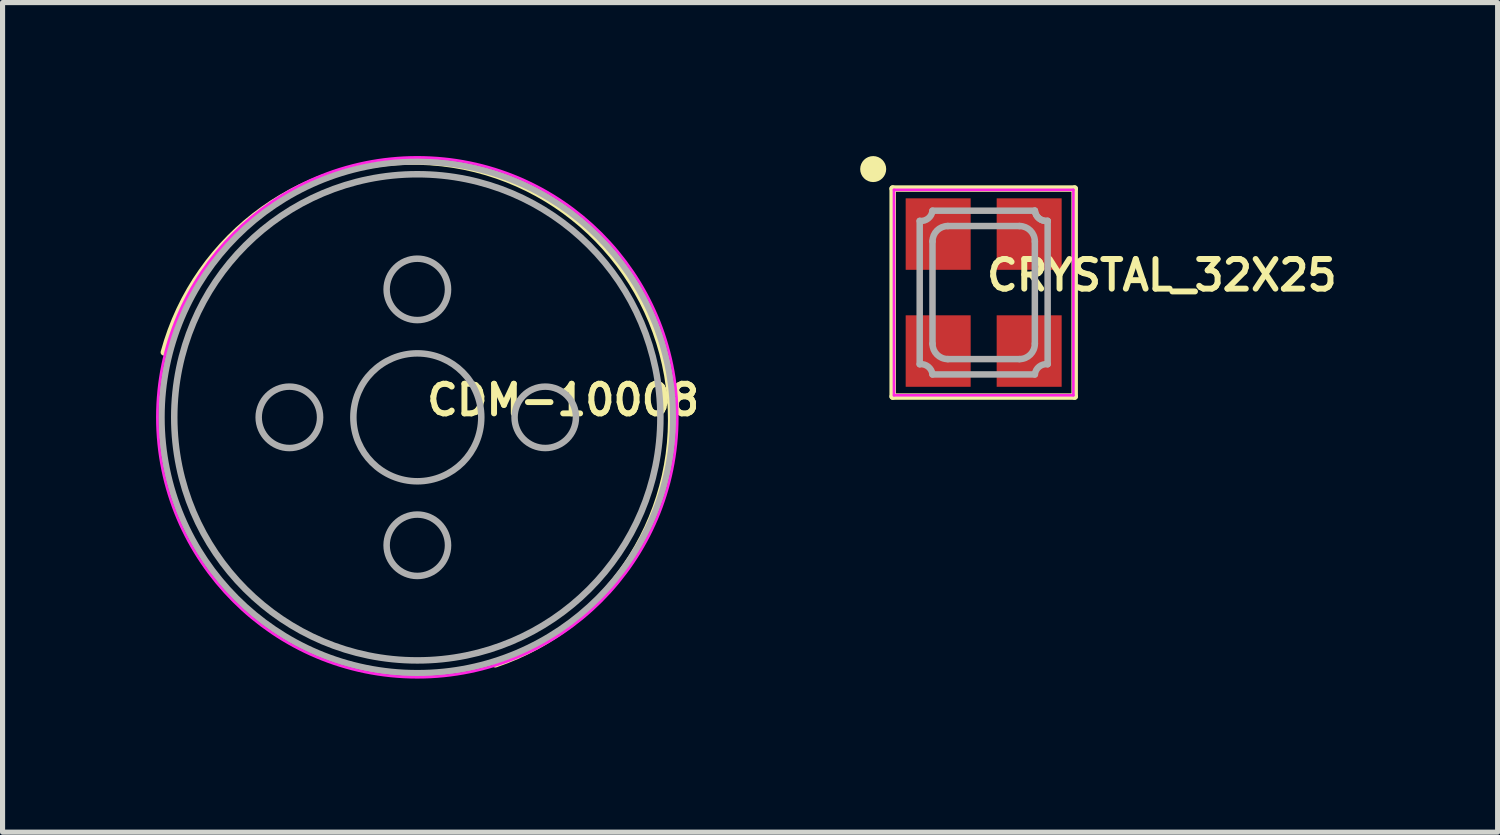
<source format=kicad_pcb>
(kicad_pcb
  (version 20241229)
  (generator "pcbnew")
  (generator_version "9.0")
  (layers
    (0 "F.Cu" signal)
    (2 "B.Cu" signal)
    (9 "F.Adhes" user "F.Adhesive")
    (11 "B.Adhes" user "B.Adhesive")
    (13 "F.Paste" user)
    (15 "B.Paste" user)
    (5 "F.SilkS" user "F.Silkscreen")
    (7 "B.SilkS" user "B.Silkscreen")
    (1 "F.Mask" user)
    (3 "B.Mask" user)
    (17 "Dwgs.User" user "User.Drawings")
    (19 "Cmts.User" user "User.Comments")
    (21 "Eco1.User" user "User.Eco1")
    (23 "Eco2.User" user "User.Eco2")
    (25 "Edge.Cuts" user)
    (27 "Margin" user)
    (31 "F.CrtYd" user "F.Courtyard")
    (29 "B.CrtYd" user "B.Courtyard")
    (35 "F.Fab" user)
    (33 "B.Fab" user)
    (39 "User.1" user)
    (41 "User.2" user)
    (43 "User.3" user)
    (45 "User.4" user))
  (footprint "CRYSTAL_32X25"
    (layer "F.Cu")
    (at 16.172 2.667)
    (property "Reference" "CRYSTAL_32X25" (at 0 0 0) (layer "F.SilkS") (effects (font (size 0.579 0.579) (thickness 0.116)) (justify left bottom)))
    (attr through_hole)
    (fp_line (start -1.778 -2.032) (end 1.778 -2.032) (stroke (width 0.127) (type solid)) (layer "F.SilkS"))
    (fp_line (start -1.778 2.032) (end -1.778 -2.032) (stroke (width 0.127) (type solid)) (layer "F.SilkS"))
    (fp_line (start 1.778 -2.032) (end 1.778 2.032) (stroke (width 0.127) (type solid)) (layer "F.SilkS"))
    (fp_line (start 1.778 2.032) (end -1.778 2.032) (stroke (width 0.127) (type solid)) (layer "F.SilkS"))
    (fp_circle (center -2.159 -2.413) (end -2.032 -2.413) (stroke (width 0.254) (type solid)) (fill no) (layer "F.SilkS"))
    (fp_line (start -1.753 -2.007) (end 1.753 -2.007) (stroke (width 0.051) (type solid)) (layer "F.CrtYd"))
    (fp_line (start -1.753 2.007) (end -1.753 -2.007) (stroke (width 0.051) (type solid)) (layer "F.CrtYd"))
    (fp_line (start 1.753 -2.007) (end 1.753 2.007) (stroke (width 0.051) (type solid)) (layer "F.CrtYd"))
    (fp_line (start 1.753 2.007) (end -1.753 2.007) (stroke (width 0.051) (type solid)) (layer "F.CrtYd"))
    (fp_line (start -1.25 -1.4) (end -1.25 1.4) (stroke (width 0.127) (type solid)) (layer "F.Fab"))
    (fp_line (start -1 -1) (end -1 1) (stroke (width 0.127) (type solid)) (layer "F.Fab"))
    (fp_line (start -1 1.6) (end 1 1.6) (stroke (width 0.127) (type solid)) (layer "F.Fab"))
    (fp_line (start -0.7 1.3) (end 0.7 1.3) (stroke (width 0.127) (type solid)) (layer "F.Fab"))
    (fp_line (start 0.7 -1.3) (end -0.7 -1.3) (stroke (width 0.127) (type solid)) (layer "F.Fab"))
    (fp_line (start 1 -1.6) (end -1 -1.6) (stroke (width 0.127) (type solid)) (layer "F.Fab"))
    (fp_line (start 1 1) (end 1 -1) (stroke (width 0.127) (type solid)) (layer "F.Fab"))
    (fp_line (start 1.25 1.4) (end 1.25 -1.4) (stroke (width 0.127) (type solid)) (layer "F.Fab"))
    (fp_arc (start -1.25 1.4) (mid -1.083579 1.448223) (end -1 1.6) (stroke (width 0.127) (type solid)) (layer "F.Fab"))
    (fp_arc (start -1 -1.6) (mid -1.083579 -1.448223) (end -1.25 -1.4) (stroke (width 0.127) (type solid)) (layer "F.Fab"))
    (fp_arc (start -1 -1) (mid -0.912132 -1.212132) (end -0.7 -1.3) (stroke (width 0.127) (type solid)) (layer "F.Fab"))
    (fp_arc (start -0.7 1.3) (mid -0.912132 1.212132) (end -1 1) (stroke (width 0.127) (type solid)) (layer "F.Fab"))
    (fp_arc (start 0.7 -1.3) (mid 0.912132 -1.212132) (end 1 -1) (stroke (width 0.127) (type solid)) (layer "F.Fab"))
    (fp_arc (start 1 1) (mid 0.912132 1.212132) (end 0.7 1.3) (stroke (width 0.127) (type solid)) (layer "F.Fab"))
    (fp_arc (start 1 1.6) (mid 1.083579 1.448223) (end 1.25 1.4) (stroke (width 0.127) (type solid)) (layer "F.Fab"))
    (fp_arc (start 1.25 -1.4) (mid 1.083579 -1.448223) (end 1 -1.6) (stroke (width 0.127) (type solid)) (layer "F.Fab"))
    (fp_arc (start 1.25 -1.4) (mid 1.083579 -1.448223) (end 1 -1.6) (stroke (width 0.127) (type solid)) (layer "F.Fab"))
    (pad "1" smd rect (at -0.889 -1.143 270) (size 1.397 1.27) (layers "F.Cu" "F.Mask" "F.Paste"))
    (pad "2" smd rect (at -0.889 1.143 270) (size 1.397 1.27) (layers "F.Cu" "F.Mask" "F.Paste"))
    (pad "3" smd rect (at 0.889 1.143 270) (size 1.397 1.27) (layers "F.Cu" "F.Mask" "F.Paste"))
    (pad "4" smd rect (at 0.889 -1.143 270) (size 1.397 1.27) (layers "F.Cu" "F.Mask" "F.Paste")))
  (footprint "CDM-10008"
    (layer "F.Cu")
    (at 5.105 5.105)
    (property "Reference" "CDM-10008" (at 0.127 0 180) (layer "F.SilkS") (effects (font (size 0.579 0.579) (thickness 0.116)) (justify left bottom)))
    (attr through_hole)
    (fp_arc (start -4.953 -1.27) (mid 3.373799 -3.628318) (end 1.524002 4.826) (stroke (width 0.127) (type solid)) (layer "F.SilkS"))
    (fp_circle (center 0 0) (end 5.08 0) (stroke (width 0.051) (type solid)) (fill no) (layer "F.CrtYd"))
    (fp_circle (center -2.5 0) (end -1.9 0) (stroke (width 0.127) (type solid)) (fill no) (layer "F.Fab"))
    (fp_circle (center 0 -2.5) (end 0.6 -2.5) (stroke (width 0.127) (type solid)) (fill no) (layer "F.Fab"))
    (fp_circle (center 0 0) (end 1.25 0) (stroke (width 0.127) (type solid)) (fill no) (layer "F.Fab"))
    (fp_circle (center 0 0) (end 4.75 0) (stroke (width 0.127) (type solid)) (fill no) (layer "F.Fab"))
    (fp_circle (center 0 0) (end 5 0) (stroke (width 0.127) (type solid)) (fill no) (layer "F.Fab"))
    (fp_circle (center 0 2.5) (end 0.6 2.5) (stroke (width 0.127) (type solid)) (fill no) (layer "F.Fab"))
    (fp_circle (center 2.5 0) (end 3.1 0) (stroke (width 0.127) (type solid)) (fill no) (layer "F.Fab")))
  (gr_rect
    (start -3 -3)
    (end 26.215 13.211)
    (stroke (width 0.1) (type default))
    (fill no)
    (layer "Edge.Cuts")))
</source>
